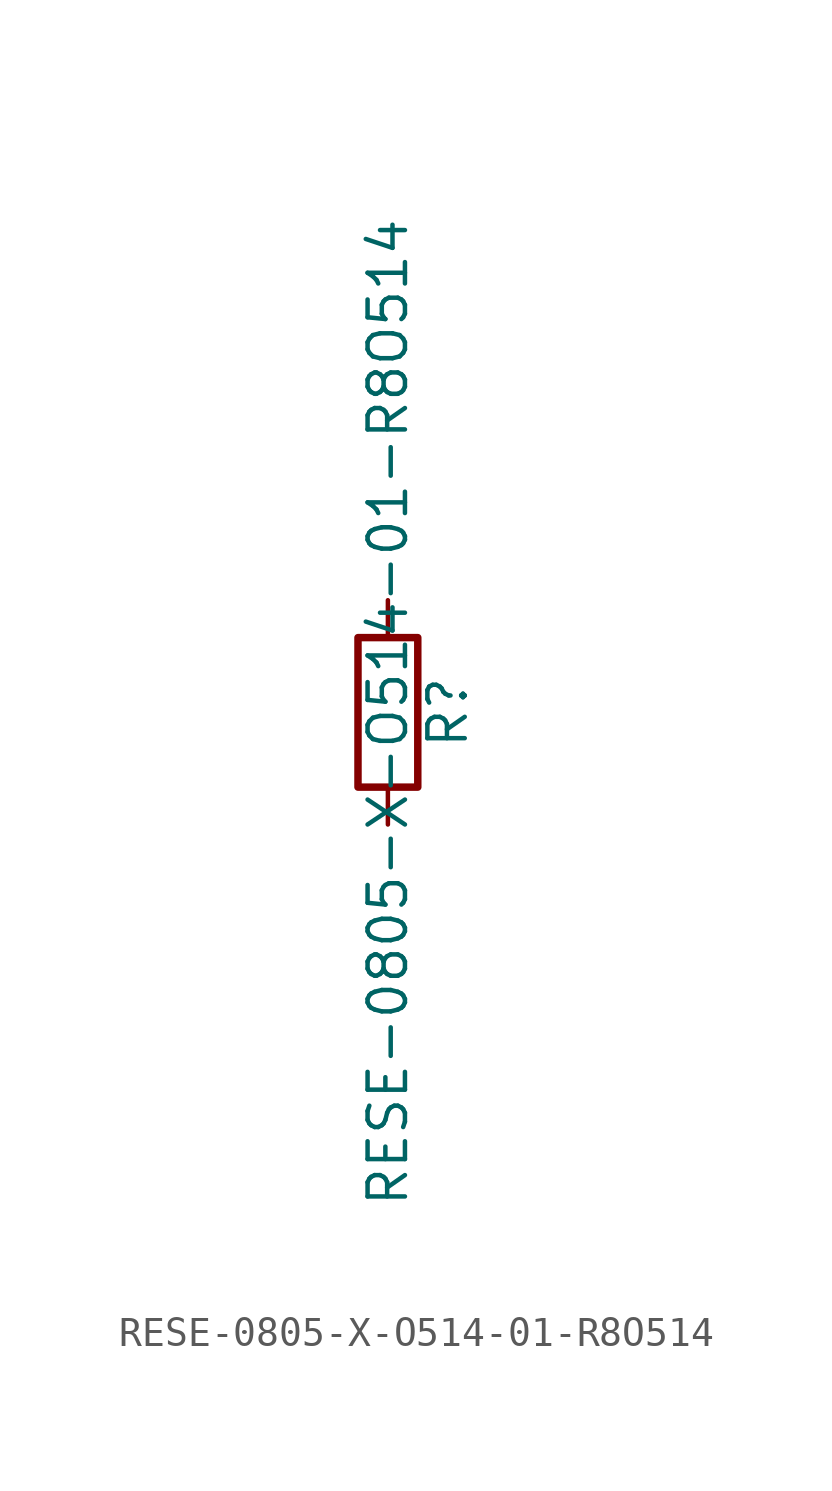
<source format=kicad_sym>
(kicad_symbol_lib
  (version 20211014)
  (generator kicad_symbol_editor)
  (symbol "RESE-0805-X-O514-01-R8O514"
    (pin_numbers hide)
    (pin_names
      (offset 0))
    (property "Reference" "R"
      (at 2.032 0 90)
      (effects (font (size 1.27 1.27))))
    (property "Value" "RESE-0805-X-O514-01-R8O514"
      (at 0 0 90)
      (effects (font (size 1.27 1.27))))
    (symbol "RESE-0805-X-O514-01-R8O514_0_1"
      (rectangle (start -1.016 -2.54) (end 1.016 2.54) (stroke (width 0.254) (type default) (color 0 0 0 0)) (fill (type none))))
    (symbol "RESE-0805-X-O514-01-R8O514_1_1"
      (pin passive line (at 0 3.81 270) (length 1.27) (name "~" (effects (font (size 1.27 1.27)))) (number "1" (effects (font (size 1.27 1.27)))))
      (pin passive line (at 0 -3.81 90) (length 1.27) (name "~" (effects (font (size 1.27 1.27)))) (number "2" (effects (font (size 1.27 1.27))))))))
</source>
